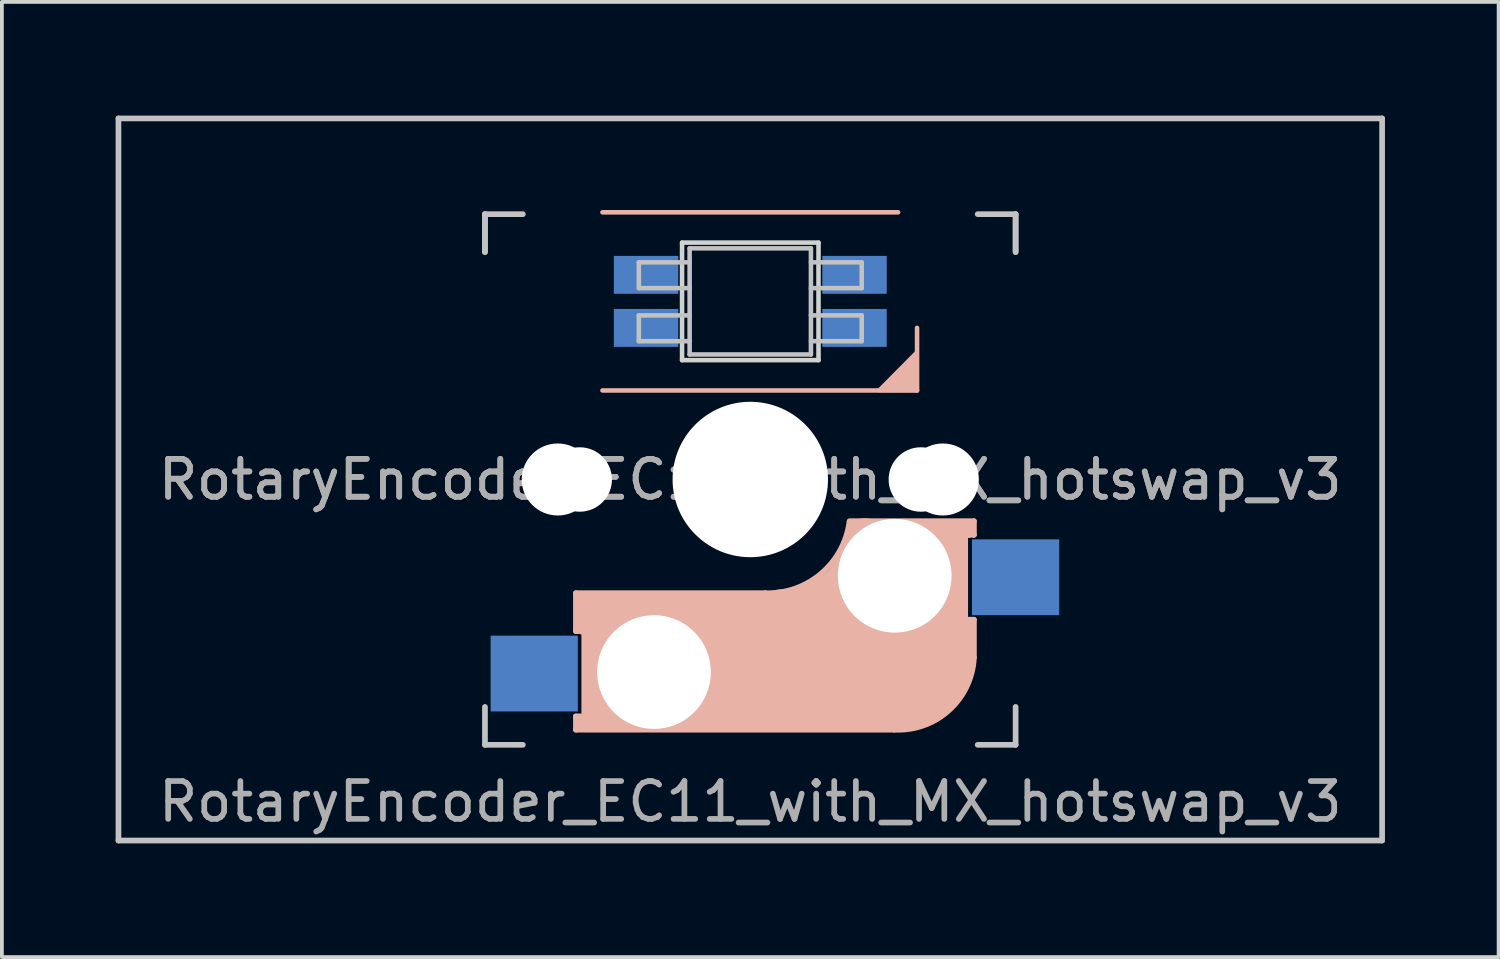
<source format=kicad_pcb>
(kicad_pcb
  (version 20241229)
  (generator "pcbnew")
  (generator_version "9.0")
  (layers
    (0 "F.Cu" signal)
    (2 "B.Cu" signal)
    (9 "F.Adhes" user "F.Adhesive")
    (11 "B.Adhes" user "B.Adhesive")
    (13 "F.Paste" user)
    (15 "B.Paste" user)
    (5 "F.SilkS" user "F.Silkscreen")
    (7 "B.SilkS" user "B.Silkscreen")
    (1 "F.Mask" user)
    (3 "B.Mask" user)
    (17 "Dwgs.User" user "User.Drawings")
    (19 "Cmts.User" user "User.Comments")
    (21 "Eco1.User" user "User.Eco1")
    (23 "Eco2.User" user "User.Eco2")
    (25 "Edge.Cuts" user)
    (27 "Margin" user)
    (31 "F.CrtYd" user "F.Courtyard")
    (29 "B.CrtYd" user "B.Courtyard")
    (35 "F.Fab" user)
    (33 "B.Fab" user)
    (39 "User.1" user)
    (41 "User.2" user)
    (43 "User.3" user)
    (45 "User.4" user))
  (footprint "RotaryEncoder_EC11_with_MX_hotswap_v3"
    (layer "F.Cu")
    (at 16.744 9.6)
    (property "Reference" "RotaryEncoder_EC11_with_MX_hotswap_v3" (at 0 8.5 0) (layer "F.Fab") (effects (font (size 1 1) (thickness 0.15))))
    (attr through_hole)
    (fp_line (start -4.6 3) (end -4.6 4) (stroke (width 0.15) (type solid)) (layer "B.SilkS"))
    (fp_line (start -4.6 4) (end -4.4 4) (stroke (width 0.15) (type solid)) (layer "B.SilkS"))
    (fp_line (start -4.6 6.25) (end -4.6 6.6) (stroke (width 0.15) (type solid)) (layer "B.SilkS"))
    (fp_line (start -4.6 6.6) (end 3.8 6.6) (stroke (width 0.15) (type solid)) (layer "B.SilkS"))
    (fp_line (start -4.4 3.9) (end -4.4 3.2) (stroke (width 0.4) (type solid)) (layer "B.SilkS"))
    (fp_line (start -4.4 6.25) (end -4.6 6.25) (stroke (width 0.15) (type solid)) (layer "B.SilkS"))
    (fp_line (start -4.4 6.4) (end -3 6.4) (stroke (width 0.4) (type solid)) (layer "B.SilkS"))
    (fp_line (start -4.38 4) (end -4.38 6.25) (stroke (width 0.15) (type solid)) (layer "B.SilkS"))
    (fp_line (start -4.3 3.3) (end -2.9 3.3) (stroke (width 0.5) (type solid)) (layer "B.SilkS"))
    (fp_line (start -3.9 -2.349) (end 4.4 -2.349) (stroke (width 0.12) (type solid)) (layer "B.SilkS"))
    (fp_line (start -3.9 6) (end -3.9 3.5) (stroke (width 1) (type solid)) (layer "B.SilkS"))
    (fp_line (start -2.6 4.8) (end 4.1 4.8) (stroke (width 3.5) (type solid)) (layer "B.SilkS"))
    (fp_line (start 0.4 3) (end -4.6 3) (stroke (width 0.15) (type solid)) (layer "B.SilkS"))
    (fp_line (start 3.9 -7.049) (end -3.9 -7.049) (stroke (width 0.12) (type solid)) (layer "B.SilkS"))
    (fp_line (start 4.17 5.1) (end 4.17 2.86) (stroke (width 3) (type solid)) (layer "B.SilkS"))
    (fp_line (start 4.4 -2.349) (end 4.4 -4) (stroke (width 0.12) (type solid)) (layer "B.SilkS"))
    (fp_line (start 5.3 1.6) (end 5.3 3.4) (stroke (width 0.8) (type solid)) (layer "B.SilkS"))
    (fp_line (start 5.67 3.7) (end 5.67 1.46) (stroke (width 0.15) (type solid)) (layer "B.SilkS"))
    (fp_line (start 5.7 1.3) (end 3 1.3) (stroke (width 0.5) (type solid)) (layer "B.SilkS"))
    (fp_line (start 5.7 1.46) (end 5.9 1.46) (stroke (width 0.15) (type solid)) (layer "B.SilkS"))
    (fp_line (start 5.8 3.8) (end 5.8 4.7) (stroke (width 0.3) (type solid)) (layer "B.SilkS"))
    (fp_line (start 5.9 1.1) (end 2.62 1.1) (stroke (width 0.15) (type solid)) (layer "B.SilkS"))
    (fp_line (start 5.9 1.1) (end 5.9 1.46) (stroke (width 0.15) (type solid)) (layer "B.SilkS"))
    (fp_line (start 5.9 3.7) (end 5.7 3.7) (stroke (width 0.15) (type solid)) (layer "B.SilkS"))
    (fp_line (start 5.9 4.7) (end 5.9 3.7) (stroke (width 0.15) (type solid)) (layer "B.SilkS"))
    (fp_arc (start 2.616318 1.121471) (mid 1.868709 2.486118) (end 0.4 3) (stroke (width 0.15) (type solid)) (layer "B.SilkS"))
    (fp_arc (start 3.016318 1.521471) (mid 2.268709 2.886118) (end 0.8 3.4) (stroke (width 1) (type solid)) (layer "B.SilkS"))
    (fp_arc (start 5.9 4.699999) (mid 5.243504 6.084924) (end 3.800001 6.6) (stroke (width 0.15) (type solid)) (layer "B.SilkS"))
    (fp_poly (pts (xy 4.4 -3.365) (xy 4.4 -2.349) (xy 3.392 -2.349)) (stroke (width 0.1) (type solid)) (fill yes) (layer "B.SilkS"))
    (fp_line (start -16.669 -9.525) (end 16.669 -9.525) (stroke (width 0.15) (type solid)) (layer "Dwgs.User"))
    (fp_line (start -16.669 9.525) (end -16.669 -9.525) (stroke (width 0.15) (type solid)) (layer "Dwgs.User"))
    (fp_line (start -7 -7) (end -7 -6) (stroke (width 0.15) (type solid)) (layer "Dwgs.User"))
    (fp_line (start -7 -7) (end -6 -7) (stroke (width 0.15) (type solid)) (layer "Dwgs.User"))
    (fp_line (start -7 -6) (end -7 -7) (stroke (width 0.15) (type solid)) (layer "Dwgs.User"))
    (fp_line (start -7 7) (end -7 6) (stroke (width 0.15) (type solid)) (layer "Dwgs.User"))
    (fp_line (start -7 7) (end -6 7) (stroke (width 0.15) (type solid)) (layer "Dwgs.User"))
    (fp_line (start -2.94 -5.729) (end -2.94 -5.049) (stroke (width 0.12) (type solid)) (layer "Dwgs.User"))
    (fp_line (start -2.94 -5.049) (end -1.6 -5.049) (stroke (width 0.12) (type solid)) (layer "Dwgs.User"))
    (fp_line (start -2.94 -4.329) (end -2.94 -3.649) (stroke (width 0.12) (type solid)) (layer "Dwgs.User"))
    (fp_line (start -2.94 -3.649) (end -1.6 -3.649) (stroke (width 0.12) (type solid)) (layer "Dwgs.User"))
    (fp_line (start -1.6 -5.729) (end -2.94 -5.729) (stroke (width 0.12) (type solid)) (layer "Dwgs.User"))
    (fp_line (start -1.6 -4.329) (end -2.94 -4.329) (stroke (width 0.12) (type solid)) (layer "Dwgs.User"))
    (fp_line (start -1.6 -3.299) (end -1.6 -6.099) (stroke (width 0.12) (type solid)) (layer "Dwgs.User"))
    (fp_line (start 1.6 -6.099) (end -1.6 -6.099) (stroke (width 0.12) (type solid)) (layer "Dwgs.User"))
    (fp_line (start 1.6 -5.049) (end 2.94 -5.049) (stroke (width 0.12) (type solid)) (layer "Dwgs.User"))
    (fp_line (start 1.6 -3.649) (end 2.94 -3.649) (stroke (width 0.12) (type solid)) (layer "Dwgs.User"))
    (fp_line (start 1.6 -3.299) (end -1.6 -3.299) (stroke (width 0.12) (type solid)) (layer "Dwgs.User"))
    (fp_line (start 1.6 -3.299) (end 1.6 -6.099) (stroke (width 0.12) (type solid)) (layer "Dwgs.User"))
    (fp_line (start 2.94 -5.729) (end 1.6 -5.729) (stroke (width 0.12) (type solid)) (layer "Dwgs.User"))
    (fp_line (start 2.94 -5.049) (end 2.94 -5.729) (stroke (width 0.12) (type solid)) (layer "Dwgs.User"))
    (fp_line (start 2.94 -4.329) (end 1.6 -4.329) (stroke (width 0.12) (type solid)) (layer "Dwgs.User"))
    (fp_line (start 2.94 -3.649) (end 2.94 -4.329) (stroke (width 0.12) (type solid)) (layer "Dwgs.User"))
    (fp_line (start 7 -7) (end 6 -7) (stroke (width 0.15) (type solid)) (layer "Dwgs.User"))
    (fp_line (start 7 -6) (end 7 -7) (stroke (width 0.15) (type solid)) (layer "Dwgs.User"))
    (fp_line (start 7 -6) (end 7 -7) (stroke (width 0.15) (type solid)) (layer "Dwgs.User"))
    (fp_line (start 7 6) (end 7 7) (stroke (width 0.15) (type solid)) (layer "Dwgs.User"))
    (fp_line (start 7 7) (end 6 7) (stroke (width 0.15) (type solid)) (layer "Dwgs.User"))
    (fp_line (start 16.669 -9.525) (end 16.669 9.525) (stroke (width 0.15) (type solid)) (layer "Dwgs.User"))
    (fp_line (start 16.669 9.525) (end -16.669 9.525) (stroke (width 0.15) (type solid)) (layer "Dwgs.User"))
    (fp_line (start -1.8 -6.249) (end -1.8 -3.149) (stroke (width 0.12) (type solid)) (layer "Edge.Cuts"))
    (fp_line (start -1.8 -3.149) (end 1.8 -3.149) (stroke (width 0.12) (type solid)) (layer "Edge.Cuts"))
    (fp_line (start 1.8 -6.249) (end -1.8 -6.249) (stroke (width 0.12) (type solid)) (layer "Edge.Cuts"))
    (fp_line (start 1.8 -3.149) (end 1.8 -6.249) (stroke (width 0.12) (type solid)) (layer "Edge.Cuts"))
    (fp_text user "${REFERENCE}" (at 0 0 180) (layer "F.Fab") (effects (font (size 1 1) (thickness 0.15))))
    (fp_text user "${REFERENCE}" (at 0 0 180) (layer "F.Fab") (effects (font (size 1 1) (thickness 0.15))))
    (pad "" np_thru_hole circle (at -5.08 0 180) (size 1.9 1.9) (drill 1.9) (layers "*.Cu" "*.Mask"))
    (pad "" np_thru_hole circle (at -4.5 0 180) (size 1.7 1.7) (drill 1.7) (layers "*.Cu" "*.Mask"))
    (pad "" np_thru_hole circle (at -2.54 5.08) (size 3 3) (drill 3) (layers "*.Cu" "*.Mask"))
    (pad "" np_thru_hole circle (at 0 0 270) (size 4.1 4.1) (drill 4.1) (layers "*.Cu" "*.Mask"))
    (pad "" np_thru_hole circle (at 3.81 2.54) (size 3 3) (drill 3) (layers "*.Cu" "*.Mask"))
    (pad "" np_thru_hole circle (at 4.5 0 180) (size 1.7 1.7) (drill 1.7) (layers "*.Cu" "*.Mask"))
    (pad "" np_thru_hole circle (at 5.08 0 180) (size 1.9 1.9) (drill 1.9) (layers "*.Cu" "*.Mask"))
    (pad "1" smd rect (at -2.75 -5.399 180) (size 1.7 1) (layers "B.Cu" "B.Mask" "B.Paste"))
    (pad "2" smd rect (at -2.75 -3.999 180) (size 1.7 1) (layers "B.Cu" "B.Mask" "B.Paste"))
    (pad "3" smd rect (at 2.75 -3.999 180) (size 1.7 1) (layers "B.Cu" "B.Mask" "B.Paste"))
    (pad "4" smd rect (at 2.75 -5.399 180) (size 1.7 1) (layers "B.Cu" "B.Mask" "B.Paste"))
    (pad "5" smd rect (at -5.7 5.12) (size 2.3 2) (layers "B.Cu" "B.Mask" "B.Paste"))
    (pad "6" smd rect (at 7 2.58) (size 2.3 2) (layers "B.Cu" "B.Mask" "B.Paste")))
  (gr_rect
    (start -3 -3)
    (end 36.487 22.2)
    (stroke (width 0.1) (type default))
    (fill no)
    (layer "Edge.Cuts")))
</source>
